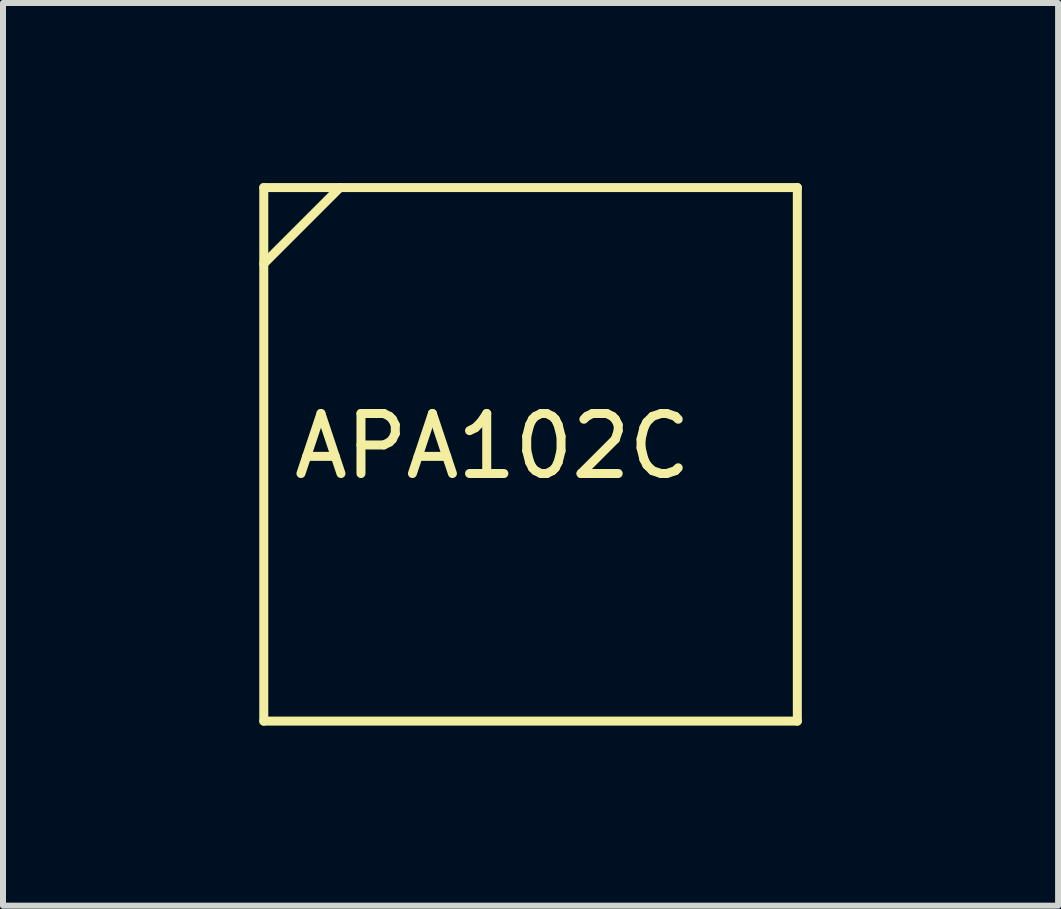
<source format=kicad_pcb>
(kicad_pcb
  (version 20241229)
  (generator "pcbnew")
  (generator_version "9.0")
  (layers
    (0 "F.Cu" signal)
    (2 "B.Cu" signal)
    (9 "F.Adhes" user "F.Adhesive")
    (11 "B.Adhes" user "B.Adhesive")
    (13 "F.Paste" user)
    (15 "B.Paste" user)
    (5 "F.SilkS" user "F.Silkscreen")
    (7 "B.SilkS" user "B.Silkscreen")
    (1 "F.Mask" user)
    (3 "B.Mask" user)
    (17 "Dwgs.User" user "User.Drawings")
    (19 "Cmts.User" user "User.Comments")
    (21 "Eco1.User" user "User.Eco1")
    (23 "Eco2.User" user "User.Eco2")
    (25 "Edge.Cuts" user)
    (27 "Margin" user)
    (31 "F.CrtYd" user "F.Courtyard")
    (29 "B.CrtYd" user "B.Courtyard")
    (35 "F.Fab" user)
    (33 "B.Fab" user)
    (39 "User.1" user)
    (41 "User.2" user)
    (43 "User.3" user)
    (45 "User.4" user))
  (footprint "APA102C"
    (layer "F.Cu")
    (at 5.155 3.885)
    (property "Reference" "APA102C" (at 0 0.5 0) (layer "F.SilkS") (effects (font (size 1 1) (thickness 0.15))))
    (attr through_hole)
    (fp_line (start -3.81 -3.81) (end 5.08 -3.81) (stroke (width 0.15) (type solid)) (layer "F.SilkS"))
    (fp_line (start -3.81 -2.54) (end -2.54 -3.81) (stroke (width 0.15) (type solid)) (layer "F.SilkS"))
    (fp_line (start -3.81 5.08) (end -3.81 -3.81) (stroke (width 0.15) (type solid)) (layer "F.SilkS"))
    (fp_line (start 5.08 -3.81) (end 5.08 5.08) (stroke (width 0.15) (type solid)) (layer "F.SilkS"))
    (fp_line (start 5.08 5.08) (end -3.81 5.08) (stroke (width 0.15) (type solid)) (layer "F.SilkS"))
    (fp_line (start -5.08 -2.54) (end -2.54 -2.54) (stroke (width 0.15) (type solid)) (layer "F.Paste"))
    (fp_line (start -5.08 -1.27) (end -5.08 -2.54) (stroke (width 0.15) (type solid)) (layer "F.Paste"))
    (fp_line (start -5.08 0) (end -2.54 0) (stroke (width 0.15) (type solid)) (layer "F.Paste"))
    (fp_line (start -5.08 1.27) (end -5.08 0) (stroke (width 0.15) (type solid)) (layer "F.Paste"))
    (fp_line (start -5.08 2.54) (end -2.54 2.54) (stroke (width 0.15) (type solid)) (layer "F.Paste"))
    (fp_line (start -5.08 3.81) (end -5.08 2.54) (stroke (width 0.15) (type solid)) (layer "F.Paste"))
    (fp_line (start -2.54 -2.54) (end -2.54 -1.27) (stroke (width 0.15) (type solid)) (layer "F.Paste"))
    (fp_line (start -2.54 -1.27) (end -5.08 -1.27) (stroke (width 0.15) (type solid)) (layer "F.Paste"))
    (fp_line (start -2.54 0) (end -2.54 1.27) (stroke (width 0.15) (type solid)) (layer "F.Paste"))
    (fp_line (start -2.54 1.27) (end -5.08 1.27) (stroke (width 0.15) (type solid)) (layer "F.Paste"))
    (fp_line (start -2.54 2.54) (end -2.54 3.81) (stroke (width 0.15) (type solid)) (layer "F.Paste"))
    (fp_line (start -2.54 3.81) (end -5.08 3.81) (stroke (width 0.15) (type solid)) (layer "F.Paste"))
    (fp_line (start 3.81 -2.54) (end 6.35 -2.54) (stroke (width 0.15) (type solid)) (layer "F.Paste"))
    (fp_line (start 3.81 -1.27) (end 3.81 -2.54) (stroke (width 0.15) (type solid)) (layer "F.Paste"))
    (fp_line (start 3.81 0) (end 6.35 0) (stroke (width 0.15) (type solid)) (layer "F.Paste"))
    (fp_line (start 3.81 1.27) (end 3.81 0) (stroke (width 0.15) (type solid)) (layer "F.Paste"))
    (fp_line (start 3.81 2.54) (end 6.35 2.54) (stroke (width 0.15) (type solid)) (layer "F.Paste"))
    (fp_line (start 3.81 3.81) (end 3.81 2.54) (stroke (width 0.15) (type solid)) (layer "F.Paste"))
    (fp_line (start 6.35 -2.54) (end 6.35 -1.27) (stroke (width 0.15) (type solid)) (layer "F.Paste"))
    (fp_line (start 6.35 -1.27) (end 3.81 -1.27) (stroke (width 0.15) (type solid)) (layer "F.Paste"))
    (fp_line (start 6.35 0) (end 6.35 1.27) (stroke (width 0.15) (type solid)) (layer "F.Paste"))
    (fp_line (start 6.35 1.27) (end 3.81 1.27) (stroke (width 0.15) (type solid)) (layer "F.Paste"))
    (fp_line (start 6.35 2.54) (end 6.35 3.81) (stroke (width 0.15) (type solid)) (layer "F.Paste"))
    (fp_line (start 6.35 3.81) (end 3.81 3.81) (stroke (width 0.15) (type solid)) (layer "F.Paste")))
  (gr_rect
    (start -3 -3)
    (end 14.58 12.04)
    (stroke (width 0.1) (type default))
    (fill no)
    (layer "Edge.Cuts")))
</source>
